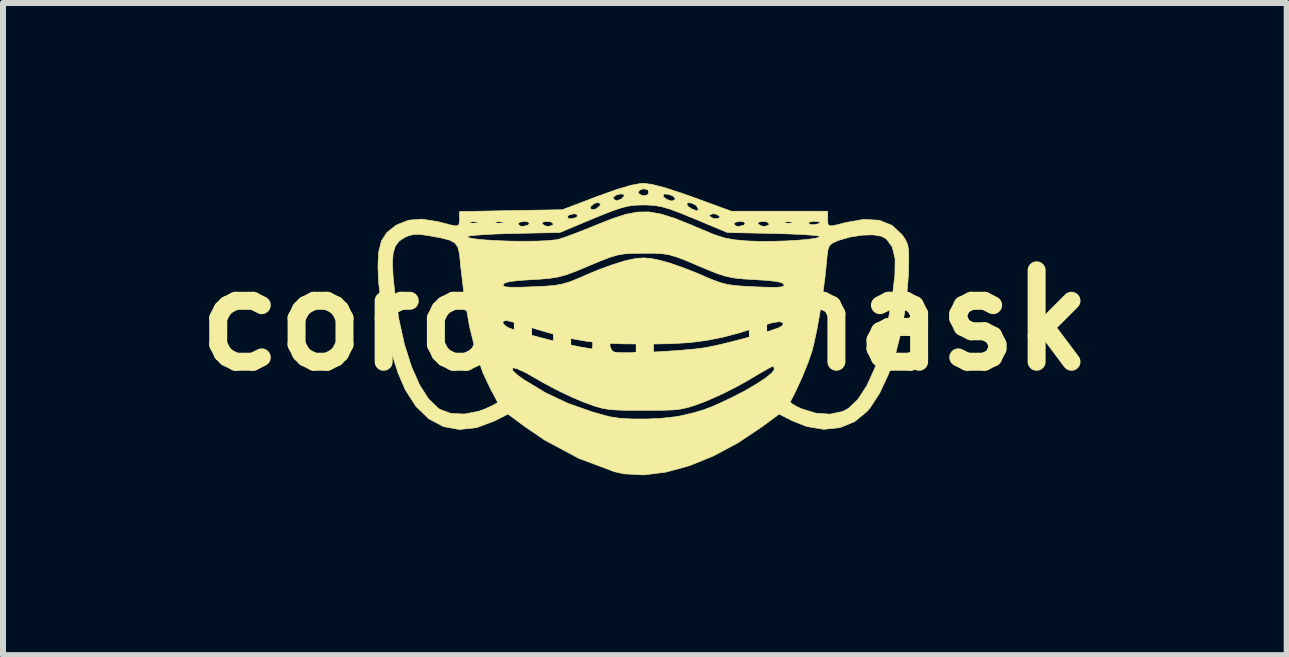
<source format=kicad_pcb>
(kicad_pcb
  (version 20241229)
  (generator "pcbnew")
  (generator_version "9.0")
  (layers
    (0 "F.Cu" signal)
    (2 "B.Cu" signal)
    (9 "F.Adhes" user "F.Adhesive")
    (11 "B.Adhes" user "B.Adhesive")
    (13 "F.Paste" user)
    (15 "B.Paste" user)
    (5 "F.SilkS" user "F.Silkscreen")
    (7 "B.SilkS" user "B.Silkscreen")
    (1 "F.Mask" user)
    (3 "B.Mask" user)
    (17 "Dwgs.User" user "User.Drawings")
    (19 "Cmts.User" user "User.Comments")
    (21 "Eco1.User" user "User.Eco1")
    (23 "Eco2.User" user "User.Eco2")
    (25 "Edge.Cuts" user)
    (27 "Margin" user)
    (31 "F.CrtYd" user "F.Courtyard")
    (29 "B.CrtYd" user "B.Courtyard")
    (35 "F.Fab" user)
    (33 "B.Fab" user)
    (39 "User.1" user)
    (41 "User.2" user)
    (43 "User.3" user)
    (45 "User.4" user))
  (footprint "corona_mask"
    (layer "F.Cu")
    (at 7.7 2.291)
    (property "Reference" "corona_mask" (at 0 0 0) (layer "F.SilkS") (effects (font (size 1.524 1.524) (thickness 0.3))))
    (attr through_hole)
    (fp_poly (pts (xy 0.119 -2.267) (xy 0.333 -2.212) (xy 0.615 -2.12) (xy 0.804 -2.053) (xy 1.442 -1.82) (xy 2.245 -1.82) (xy 3.048 -1.82) (xy 3.048 -1.693) (xy 3.05 -1.62) (xy 3.067 -1.582) (xy 3.118 -1.575) (xy 3.219 -1.597) (xy 3.344 -1.63) (xy 3.65 -1.684) (xy 3.909 -1.669) (xy 4.121 -1.584) (xy 4.287 -1.429) (xy 4.31 -1.397) (xy 4.352 -1.331) (xy 4.38 -1.266) (xy 4.395 -1.185) (xy 4.4 -1.07) (xy 4.398 -0.902) (xy 4.391 -0.72) (xy 4.357 -0.293) (xy 4.287 0.129) (xy 4.187 0.53) (xy 4.062 0.896) (xy 3.915 1.212) (xy 3.752 1.462) (xy 3.706 1.516) (xy 3.497 1.688) (xy 3.252 1.788) (xy 2.981 1.816) (xy 2.695 1.768) (xy 2.461 1.675) (xy 2.238 1.562) (xy 1.955 1.772) (xy 1.551 2.042) (xy 1.142 2.261) (xy 0.736 2.425) (xy 0.346 2.531) (xy -0.02 2.576) (xy -0.352 2.558) (xy -0.508 2.522) (xy -1.103 2.299) (xy -1.661 2.001) (xy -1.998 1.772) (xy -2.281 1.562) (xy -2.503 1.675) (xy -2.804 1.788) (xy -3.09 1.819) (xy -3.358 1.77) (xy -3.601 1.641) (xy -3.815 1.435) (xy -3.995 1.155) (xy -4.118 0.866) (xy -4.229 0.517) (xy -4.323 0.132) (xy -4.395 -0.263) (xy -4.439 -0.644) (xy -4.449 -0.896) (xy -4.447 -0.952) (xy -4.208 -0.952) (xy -4.196 -0.724) (xy -4.171 -0.486) (xy -4.1 -0.015) (xy -4.006 0.406) (xy -3.89 0.771) (xy -3.756 1.074) (xy -3.607 1.308) (xy -3.444 1.465) (xy -3.417 1.483) (xy -3.232 1.551) (xy -3.009 1.561) (xy -2.771 1.516) (xy -2.664 1.476) (xy -2.548 1.423) (xy -2.472 1.382) (xy -2.455 1.368) (xy -2.475 1.323) (xy -2.524 1.231) (xy -2.558 1.172) (xy -2.696 0.883) (xy -2.726 0.795) (xy -2.209 0.795) (xy -2.199 0.84) (xy -2.119 0.915) (xy -2.013 0.991) (xy -1.653 1.208) (xy -1.281 1.383) (xy -0.869 1.528) (xy -0.593 1.605) (xy -0.426 1.631) (xy -0.204 1.644) (xy 0.047 1.644) (xy 0.299 1.63) (xy 0.523 1.605) (xy 0.622 1.586) (xy 0.815 1.54) (xy 0.974 1.493) (xy 1.128 1.435) (xy 1.297 1.359) (xy 2.424 1.359) (xy 2.451 1.389) (xy 2.535 1.438) (xy 2.613 1.474) (xy 2.853 1.548) (xy 3.088 1.563) (xy 3.297 1.519) (xy 3.391 1.47) (xy 3.551 1.318) (xy 3.7 1.09) (xy 3.835 0.793) (xy 3.953 0.434) (xy 4.053 0.022) (xy 4.131 -0.436) (xy 4.169 -0.767) (xy 4.172 -1.026) (xy 4.125 -1.223) (xy 4.029 -1.355) (xy 3.95 -1.401) (xy 3.81 -1.426) (xy 3.623 -1.421) (xy 3.42 -1.389) (xy 3.23 -1.334) (xy 3.22 -1.33) (xy 3.132 -1.291) (xy 3.08 -1.249) (xy 3.053 -1.18) (xy 3.037 -1.061) (xy 3.03 -0.981) (xy 3.003 -0.717) (xy 2.964 -0.423) (xy 2.918 -0.125) (xy 2.868 0.154) (xy 2.818 0.388) (xy 2.789 0.503) (xy 2.722 0.701) (xy 2.626 0.938) (xy 2.515 1.181) (xy 2.424 1.359) (xy 1.297 1.359) (xy 1.308 1.354) (xy 1.446 1.288) (xy 1.658 1.179) (xy 1.848 1.069) (xy 2.004 0.967) (xy 2.112 0.881) (xy 2.158 0.822) (xy 2.159 0.816) (xy 2.145 0.766) (xy 2.137 0.762) (xy 2.093 0.783) (xy 1.994 0.838) (xy 1.855 0.919) (xy 1.735 0.991) (xy 1.522 1.11) (xy 1.283 1.23) (xy 1.057 1.331) (xy 0.985 1.36) (xy 0.838 1.414) (xy 0.718 1.452) (xy 0.605 1.477) (xy 0.478 1.492) (xy 0.316 1.498) (xy 0.1 1.5) (xy -0.021 1.5) (xy -0.269 1.5) (xy -0.453 1.495) (xy -0.593 1.485) (xy -0.71 1.465) (xy -0.824 1.433) (xy -0.956 1.386) (xy -1.027 1.36) (xy -1.236 1.271) (xy -1.474 1.156) (xy -1.703 1.034) (xy -1.784 0.987) (xy -1.974 0.878) (xy -2.113 0.811) (xy -2.194 0.79) (xy -2.209 0.795) (xy -2.726 0.795) (xy -2.819 0.521) (xy -2.924 0.097) (xy -2.937 0.019) (xy -2.369 0.019) (xy -2.357 0.063) (xy -2.293 0.113) (xy -2.254 0.131) (xy -2.076 0.192) (xy -1.842 0.26) (xy -1.58 0.329) (xy -1.318 0.392) (xy -1.084 0.442) (xy -0.953 0.464) (xy -0.785 0.49) (xy -0.646 0.513) (xy -0.56 0.528) (xy -0.55 0.53) (xy -0.459 0.539) (xy -0.303 0.541) (xy -0.098 0.537) (xy 0.135 0.528) (xy 0.379 0.514) (xy 0.615 0.497) (xy 0.825 0.478) (xy 0.991 0.457) (xy 1.037 0.449) (xy 1.26 0.402) (xy 1.518 0.338) (xy 1.782 0.267) (xy 2.022 0.195) (xy 2.211 0.132) (xy 2.219 0.129) (xy 2.3 0.085) (xy 2.303 0.043) (xy 2.297 0.036) (xy 2.242 0.021) (xy 2.131 0.038) (xy 1.955 0.088) (xy 1.919 0.1) (xy 1.585 0.205) (xy 1.293 0.282) (xy 1.019 0.336) (xy 0.737 0.371) (xy 0.425 0.389) (xy 0.057 0.395) (xy -0.021 0.395) (xy -0.388 0.391) (xy -0.695 0.377) (xy -0.966 0.349) (xy -1.226 0.304) (xy -1.498 0.237) (xy -1.808 0.146) (xy -1.932 0.107) (xy -2.093 0.058) (xy -2.226 0.021) (xy -2.307 0.002) (xy -2.318 0.001) (xy -2.369 0.019) (xy -2.937 0.019) (xy -3.008 -0.381) (xy -3.034 -0.598) (xy -2.362 -0.598) (xy -2.357 -0.573) (xy -2.314 -0.558) (xy -2.221 -0.552) (xy -2.066 -0.553) (xy -1.879 -0.56) (xy -1.658 -0.57) (xy -1.495 -0.584) (xy -1.363 -0.609) (xy -1.234 -0.649) (xy -1.082 -0.711) (xy -0.977 -0.758) (xy -0.772 -0.843) (xy -0.558 -0.922) (xy -0.37 -0.982) (xy -0.303 -1) (xy -0.137 -1.034) (xy -0.008 -1.042) (xy 0.128 -1.027) (xy 0.253 -1.001) (xy 0.418 -0.955) (xy 0.625 -0.883) (xy 0.84 -0.8) (xy 0.933 -0.76) (xy 1.111 -0.683) (xy 1.251 -0.631) (xy 1.38 -0.598) (xy 1.525 -0.578) (xy 1.714 -0.566) (xy 1.836 -0.56) (xy 2.053 -0.552) (xy 2.197 -0.551) (xy 2.281 -0.559) (xy 2.318 -0.575) (xy 2.32 -0.597) (xy 2.285 -0.627) (xy 2.197 -0.649) (xy 2.044 -0.666) (xy 1.838 -0.679) (xy 1.637 -0.691) (xy 1.482 -0.708) (xy 1.347 -0.736) (xy 1.204 -0.782) (xy 1.027 -0.853) (xy 0.889 -0.911) (xy 0.683 -0.999) (xy 0.531 -1.057) (xy 0.408 -1.093) (xy 0.289 -1.112) (xy 0.151 -1.119) (xy -0.021 -1.119) (xy -0.202 -1.117) (xy -0.34 -1.109) (xy -0.461 -1.088) (xy -0.588 -1.05) (xy -0.747 -0.988) (xy -0.931 -0.911) (xy -1.143 -0.822) (xy -1.305 -0.762) (xy -1.443 -0.724) (xy -1.585 -0.701) (xy -1.758 -0.686) (xy -1.88 -0.68) (xy -2.103 -0.665) (xy -2.251 -0.647) (xy -2.334 -0.624) (xy -2.362 -0.598) (xy -3.034 -0.598) (xy -3.07 -0.901) (xy -3.074 -0.945) (xy -3.09 -1.109) (xy -3.117 -1.22) (xy -3.168 -1.292) (xy -3.259 -1.34) (xy -3.406 -1.377) (xy -3.511 -1.396) (xy -2.963 -1.396) (xy -2.924 -1.375) (xy -2.815 -1.356) (xy -2.655 -1.341) (xy -2.458 -1.329) (xy -2.24 -1.321) (xy -2.018 -1.319) (xy -1.808 -1.321) (xy -1.625 -1.329) (xy -1.487 -1.343) (xy -1.439 -1.352) (xy -1.342 -1.383) (xy -1.189 -1.439) (xy -1 -1.512) (xy -0.804 -1.592) (xy -0.538 -1.697) (xy -0.315 -1.769) (xy -0.119 -1.806) (xy 0.07 -1.808) (xy 0.269 -1.773) (xy 0.496 -1.702) (xy 0.771 -1.592) (xy 0.953 -1.514) (xy 1.158 -1.429) (xy 1.325 -1.375) (xy 1.491 -1.344) (xy 1.692 -1.326) (xy 1.719 -1.324) (xy 1.914 -1.317) (xy 2.128 -1.318) (xy 2.345 -1.324) (xy 2.549 -1.336) (xy 2.723 -1.351) (xy 2.851 -1.37) (xy 2.916 -1.39) (xy 2.921 -1.398) (xy 2.881 -1.41) (xy 2.769 -1.422) (xy 2.6 -1.433) (xy 2.385 -1.442) (xy 2.148 -1.449) (xy 1.376 -1.465) (xy 1.031 -1.609) (xy 1.482 -1.609) (xy 1.517 -1.574) (xy 1.564 -1.566) (xy 1.645 -1.586) (xy 1.672 -1.609) (xy 1.884 -1.609) (xy 1.944 -1.573) (xy 1.992 -1.566) (xy 2.06 -1.585) (xy 2.074 -1.609) (xy 2.07 -1.613) (xy 2.728 -1.613) (xy 2.776 -1.595) (xy 2.852 -1.599) (xy 2.912 -1.62) (xy 2.921 -1.635) (xy 2.885 -1.647) (xy 2.813 -1.651) (xy 2.741 -1.639) (xy 2.728 -1.613) (xy 2.07 -1.613) (xy 2.056 -1.625) (xy 2.322 -1.625) (xy 2.379 -1.617) (xy 2.392 -1.617) (xy 2.464 -1.621) (xy 2.47 -1.635) (xy 2.467 -1.636) (xy 2.383 -1.645) (xy 2.34 -1.638) (xy 2.322 -1.625) (xy 2.056 -1.625) (xy 2.038 -1.64) (xy 1.966 -1.651) (xy 1.894 -1.638) (xy 1.884 -1.609) (xy 1.672 -1.609) (xy 1.657 -1.64) (xy 1.59 -1.651) (xy 1.509 -1.637) (xy 1.482 -1.609) (xy 1.031 -1.609) (xy 0.826 -1.695) (xy 0.725 -1.736) (xy 1.079 -1.736) (xy 1.139 -1.7) (xy 1.19 -1.693) (xy 1.247 -1.71) (xy 1.249 -1.736) (xy 1.189 -1.771) (xy 1.138 -1.778) (xy 1.081 -1.761) (xy 1.079 -1.736) (xy 0.725 -1.736) (xy 0.596 -1.789) (xy 0.423 -1.853) (xy 0.288 -1.893) (xy 0.17 -1.915) (xy 0.05 -1.923) (xy -0.021 -1.924) (xy -0.151 -1.921) (xy -0.267 -1.907) (xy -0.391 -1.877) (xy -0.542 -1.826) (xy -0.739 -1.748) (xy -0.868 -1.695) (xy -1.418 -1.465) (xy -2.191 -1.449) (xy -2.436 -1.442) (xy -2.649 -1.432) (xy -2.817 -1.42) (xy -2.926 -1.408) (xy -2.963 -1.396) (xy -3.511 -1.396) (xy -3.587 -1.41) (xy -3.746 -1.433) (xy -3.857 -1.432) (xy -3.952 -1.406) (xy -3.997 -1.386) (xy -4.093 -1.325) (xy -4.159 -1.24) (xy -4.196 -1.12) (xy -4.208 -0.952) (xy -4.447 -0.952) (xy -4.437 -1.143) (xy -4.39 -1.327) (xy -4.3 -1.465) (xy -4.16 -1.577) (xy -4.125 -1.597) (xy -3.935 -1.671) (xy -3.718 -1.688) (xy -3.456 -1.647) (xy -3.387 -1.63) (xy -3.234 -1.59) (xy -3.145 -1.574) (xy -3.104 -1.587) (xy -3.098 -1.609) (xy -2.117 -1.609) (xy -2.081 -1.574) (xy -2.034 -1.566) (xy -1.953 -1.586) (xy -1.926 -1.609) (xy -1.714 -1.609) (xy -1.655 -1.573) (xy -1.606 -1.566) (xy -1.539 -1.585) (xy -1.524 -1.609) (xy -1.56 -1.64) (xy -1.632 -1.651) (xy -1.704 -1.638) (xy -1.714 -1.609) (xy -1.926 -1.609) (xy -1.941 -1.64) (xy -2.008 -1.651) (xy -2.089 -1.637) (xy -2.117 -1.609) (xy -3.098 -1.609) (xy -3.093 -1.625) (xy -2.927 -1.625) (xy -2.871 -1.617) (xy -2.857 -1.617) (xy -2.785 -1.621) (xy -2.784 -1.625) (xy -2.504 -1.625) (xy -2.447 -1.617) (xy -2.434 -1.617) (xy -2.362 -1.621) (xy -2.356 -1.635) (xy -2.359 -1.636) (xy -2.443 -1.645) (xy -2.486 -1.638) (xy -2.504 -1.625) (xy -2.784 -1.625) (xy -2.779 -1.635) (xy -2.783 -1.636) (xy -2.867 -1.645) (xy -2.91 -1.638) (xy -2.927 -1.625) (xy -3.093 -1.625) (xy -3.091 -1.632) (xy -3.09 -1.69) (xy -3.09 -1.736) (xy -1.291 -1.736) (xy -1.279 -1.702) (xy -1.233 -1.693) (xy -1.151 -1.712) (xy -1.122 -1.736) (xy -1.134 -1.769) (xy -1.18 -1.778) (xy -1.262 -1.759) (xy -1.291 -1.736) (xy -3.09 -1.736) (xy -3.09 -1.814) (xy -2.233 -1.83) (xy -1.376 -1.845) (xy -1.335 -1.86) (xy -0.909 -1.86) (xy -0.854 -1.844) (xy -0.801 -1.865) (xy -0.745 -1.915) (xy -0.742 -1.947) (xy 0.698 -1.947) (xy 0.714 -1.904) (xy 0.787 -1.856) (xy 0.878 -1.823) (xy 0.889 -1.853) (xy 0.889 -1.861) (xy 0.857 -1.915) (xy 0.788 -1.954) (xy 0.721 -1.962) (xy 0.698 -1.947) (xy -0.742 -1.947) (xy -0.742 -1.95) (xy -0.797 -1.966) (xy -0.85 -1.945) (xy -0.906 -1.895) (xy -0.909 -1.86) (xy -1.335 -1.86) (xy -0.89 -2.029) (xy -0.527 -2.029) (xy -0.478 -1.993) (xy -0.4 -2.019) (xy -0.382 -2.03) (xy -0.342 -2.076) (xy -0.347 -2.097) (xy -0.401 -2.11) (xy -0.472 -2.092) (xy -0.524 -2.057) (xy -0.527 -2.029) (xy -0.89 -2.029) (xy -0.794 -2.066) (xy -0.617 -2.129) (xy -0.111 -2.129) (xy -0.106 -2.117) (xy -0.042 -2.078) (xy 0.035 -2.089) (xy 0.044 -2.097) (xy 0.305 -2.097) (xy 0.31 -2.058) (xy 0.366 -2.016) (xy 0.442 -1.991) (xy 0.455 -1.99) (xy 0.504 -2.015) (xy 0.508 -2.029) (xy 0.473 -2.071) (xy 0.397 -2.102) (xy 0.324 -2.107) (xy 0.305 -2.097) (xy 0.044 -2.097) (xy 0.062 -2.114) (xy 0.056 -2.168) (xy 0.041 -2.181) (xy -0.026 -2.194) (xy -0.089 -2.171) (xy -0.111 -2.129) (xy -0.617 -2.129) (xy -0.478 -2.179) (xy -0.232 -2.252) (xy -0.06 -2.284) (xy -0.023 -2.286) (xy 0.119 -2.267)) (stroke (width 0.01) (type solid)) (fill yes) (layer "F.SilkS")))
  (gr_rect
    (start -3 -3)
    (end 18.4 7.872)
    (stroke (width 0.1) (type default))
    (fill no)
    (layer "Edge.Cuts")))
</source>
